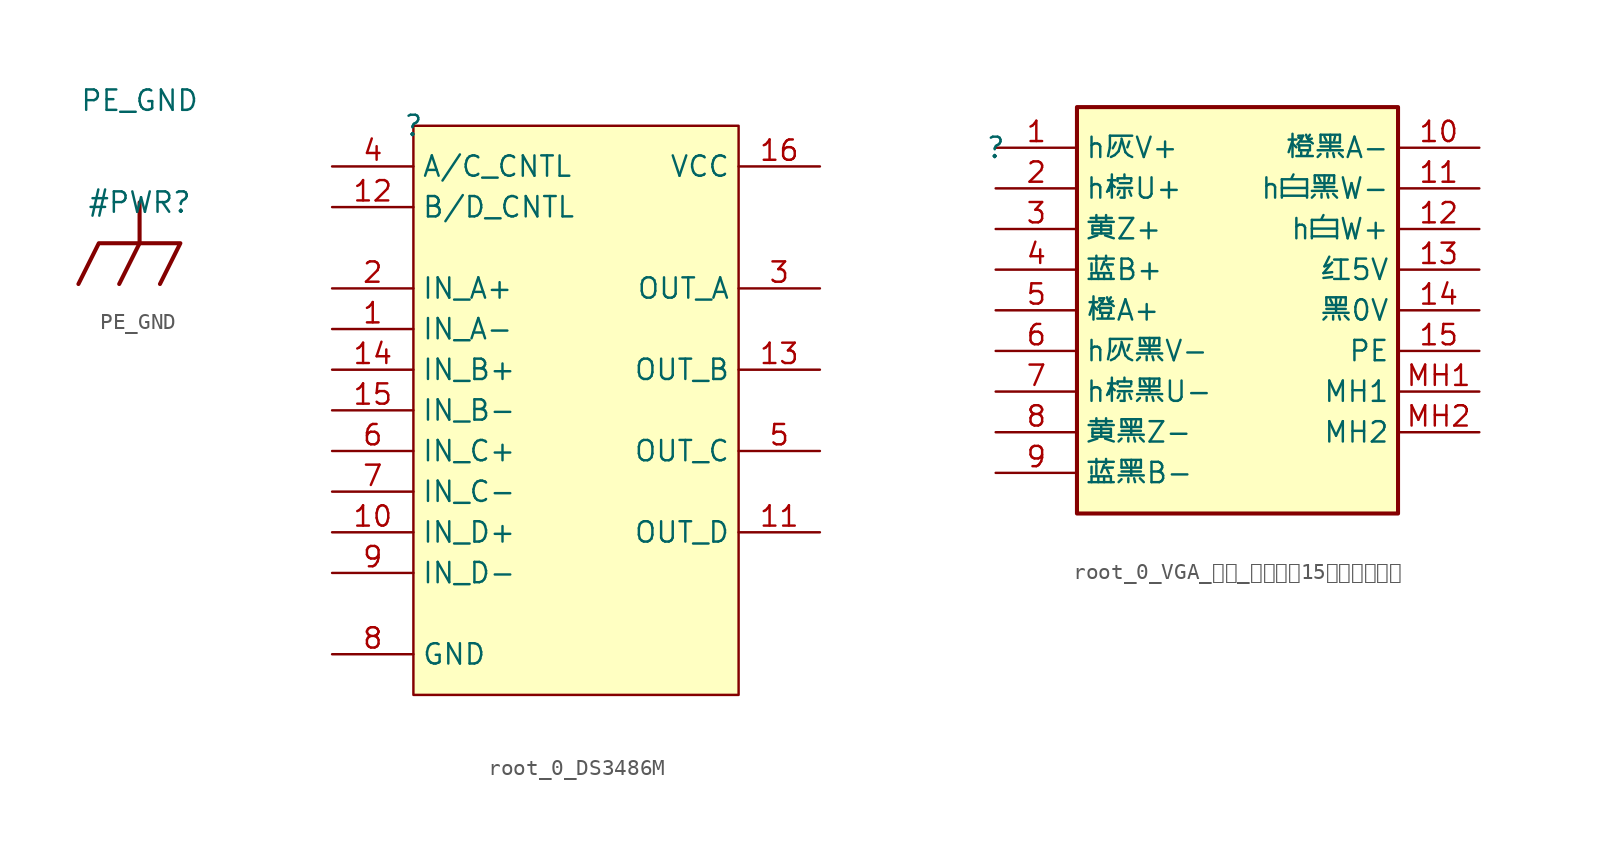
<source format=kicad_sym>
(kicad_symbol_lib
  (version 20220914)
  (generator kicad_symbol_editor)
  (symbol "PE_GND"
    (power)
    (property "Reference" "#PWR"
      (at 0 0 0)
      (effects (font (size 1.27 1.27))))
    (property "Value" "PE_GND"
      (at 0 6.35 0)
      (effects (font (size 1.27 1.27))))
    (symbol "PE_GND_0_0"
      (polyline (pts (xy 0 -2.54) (xy -1.27 -5.08)) (stroke (width 0.254) (type solid)) (fill (type none)))
      (polyline (pts (xy 0 0) (xy 0 -2.54)) (stroke (width 0.254) (type solid)) (fill (type none)))
      (polyline (pts (xy -3.81 -5.08) (xy -2.54 -2.54) (xy 2.54 -2.54) (xy 1.27 -5.08)) (stroke (width 0.254) (type solid)) (fill (type none)))
      (pin power_in line (at 0 0 0) (length 0) hide (name "PE_GND" (effects (font (size 1.27 1.27)))) (number "" (effects (font (size 1.27 1.27)))))))
  (symbol "root_0_DS3486M"
    (property "Reference" ""
      (at 0 0 0)
      (effects (font (size 1.27 1.27))))
    (property "Value" ""
      (at 0 0 0)
      (effects (font (size 1.27 1.27))))
    (symbol "root_0_DS3486M_1_0"
      (rectangle (start 20.32 0) (end 0 -35.56) (stroke (width 0) (type solid)) (fill (type background)))
      (pin input line (at -5.08 -12.7 0) (length 5.08) (name "IN_A-" (effects (font (size 1.27 1.27)))) (number "1" (effects (font (size 1.27 1.27)))))
      (pin input line (at -5.08 -25.4 0) (length 5.08) (name "IN_D+" (effects (font (size 1.27 1.27)))) (number "10" (effects (font (size 1.27 1.27)))))
      (pin tri_state line (at 25.4 -25.4 180) (length 5.08) (name "OUT_D" (effects (font (size 1.27 1.27)))) (number "11" (effects (font (size 1.27 1.27)))))
      (pin input line (at -5.08 -5.08 0) (length 5.08) (name "B/D_CNTL" (effects (font (size 1.27 1.27)))) (number "12" (effects (font (size 1.27 1.27)))))
      (pin tri_state line (at 25.4 -15.24 180) (length 5.08) (name "OUT_B" (effects (font (size 1.27 1.27)))) (number "13" (effects (font (size 1.27 1.27)))))
      (pin input line (at -5.08 -15.24 0) (length 5.08) (name "IN_B+" (effects (font (size 1.27 1.27)))) (number "14" (effects (font (size 1.27 1.27)))))
      (pin input line (at -5.08 -17.78 0) (length 5.08) (name "IN_B-" (effects (font (size 1.27 1.27)))) (number "15" (effects (font (size 1.27 1.27)))))
      (pin power_in line (at 25.4 -2.54 180) (length 5.08) (name "VCC" (effects (font (size 1.27 1.27)))) (number "16" (effects (font (size 1.27 1.27)))))
      (pin input line (at -5.08 -10.16 0) (length 5.08) (name "IN_A+" (effects (font (size 1.27 1.27)))) (number "2" (effects (font (size 1.27 1.27)))))
      (pin tri_state line (at 25.4 -10.16 180) (length 5.08) (name "OUT_A" (effects (font (size 1.27 1.27)))) (number "3" (effects (font (size 1.27 1.27)))))
      (pin input line (at -5.08 -2.54 0) (length 5.08) (name "A/C_CNTL" (effects (font (size 1.27 1.27)))) (number "4" (effects (font (size 1.27 1.27)))))
      (pin tri_state line (at 25.4 -20.32 180) (length 5.08) (name "OUT_C" (effects (font (size 1.27 1.27)))) (number "5" (effects (font (size 1.27 1.27)))))
      (pin input line (at -5.08 -20.32 0) (length 5.08) (name "IN_C+" (effects (font (size 1.27 1.27)))) (number "6" (effects (font (size 1.27 1.27)))))
      (pin input line (at -5.08 -22.86 0) (length 5.08) (name "IN_C-" (effects (font (size 1.27 1.27)))) (number "7" (effects (font (size 1.27 1.27)))))
      (pin power_in line (at -5.08 -33.02 0) (length 5.08) (name "GND" (effects (font (size 1.27 1.27)))) (number "8" (effects (font (size 1.27 1.27)))))
      (pin input line (at -5.08 -27.94 0) (length 5.08) (name "IN_D-" (effects (font (size 1.27 1.27)))) (number "9" (effects (font (size 1.27 1.27)))))))
  (symbol "root_0_VGA_母头_时代超群15线编码器定义"
    (property "Reference" ""
      (at 0 0 0)
      (effects (font (size 1.27 1.27))))
    (property "Value" ""
      (at 0 0 0)
      (effects (font (size 1.27 1.27))))
    (symbol "root_0_VGA_母头_时代超群15线编码器定义_1_0"
      (rectangle (start 25.146 2.54) (end 5.08 -22.86) (stroke (width 0.254) (type solid)) (fill (type background)))
      (pin passive line (at 0 0 0) (length 5.08) (name "h灰V+" (effects (font (size 1.27 1.27)))) (number "1" (effects (font (size 1.27 1.27)))))
      (pin passive line (at 30.226 0 180) (length 5.08) (name "橙黑A-" (effects (font (size 1.27 1.27)))) (number "10" (effects (font (size 1.27 1.27)))))
      (pin passive line (at 30.226 -2.54 180) (length 5.08) (name "h白黑W-" (effects (font (size 1.27 1.27)))) (number "11" (effects (font (size 1.27 1.27)))))
      (pin passive line (at 30.226 -5.08 180) (length 5.08) (name "h白W+" (effects (font (size 1.27 1.27)))) (number "12" (effects (font (size 1.27 1.27)))))
      (pin passive line (at 30.226 -7.62 180) (length 5.08) (name "红5V" (effects (font (size 1.27 1.27)))) (number "13" (effects (font (size 1.27 1.27)))))
      (pin passive line (at 30.226 -10.16 180) (length 5.08) (name "黑0V" (effects (font (size 1.27 1.27)))) (number "14" (effects (font (size 1.27 1.27)))))
      (pin passive line (at 30.226 -12.7 180) (length 5.08) (name "PE" (effects (font (size 1.27 1.27)))) (number "15" (effects (font (size 1.27 1.27)))))
      (pin passive line (at 0 -2.54 0) (length 5.08) (name "h棕U+" (effects (font (size 1.27 1.27)))) (number "2" (effects (font (size 1.27 1.27)))))
      (pin passive line (at 0 -5.08 0) (length 5.08) (name "黄Z+" (effects (font (size 1.27 1.27)))) (number "3" (effects (font (size 1.27 1.27)))))
      (pin passive line (at 0 -7.62 0) (length 5.08) (name "蓝B+" (effects (font (size 1.27 1.27)))) (number "4" (effects (font (size 1.27 1.27)))))
      (pin passive line (at 0 -10.16 0) (length 5.08) (name "橙A+" (effects (font (size 1.27 1.27)))) (number "5" (effects (font (size 1.27 1.27)))))
      (pin passive line (at 0 -12.7 0) (length 5.08) (name "h灰黑V-" (effects (font (size 1.27 1.27)))) (number "6" (effects (font (size 1.27 1.27)))))
      (pin passive line (at 0 -15.24 0) (length 5.08) (name "h棕黑U-" (effects (font (size 1.27 1.27)))) (number "7" (effects (font (size 1.27 1.27)))))
      (pin passive line (at 0 -17.78 0) (length 5.08) (name "黄黑Z-" (effects (font (size 1.27 1.27)))) (number "8" (effects (font (size 1.27 1.27)))))
      (pin passive line (at 0 -20.32 0) (length 5.08) (name "蓝黑B-" (effects (font (size 1.27 1.27)))) (number "9" (effects (font (size 1.27 1.27)))))
      (pin passive line (at 30.226 -15.24 180) (length 5.08) (name "MH1" (effects (font (size 1.27 1.27)))) (number "MH1" (effects (font (size 1.27 1.27)))))
      (pin passive line (at 30.226 -17.78 180) (length 5.08) (name "MH2" (effects (font (size 1.27 1.27)))) (number "MH2" (effects (font (size 1.27 1.27))))))))
</source>
